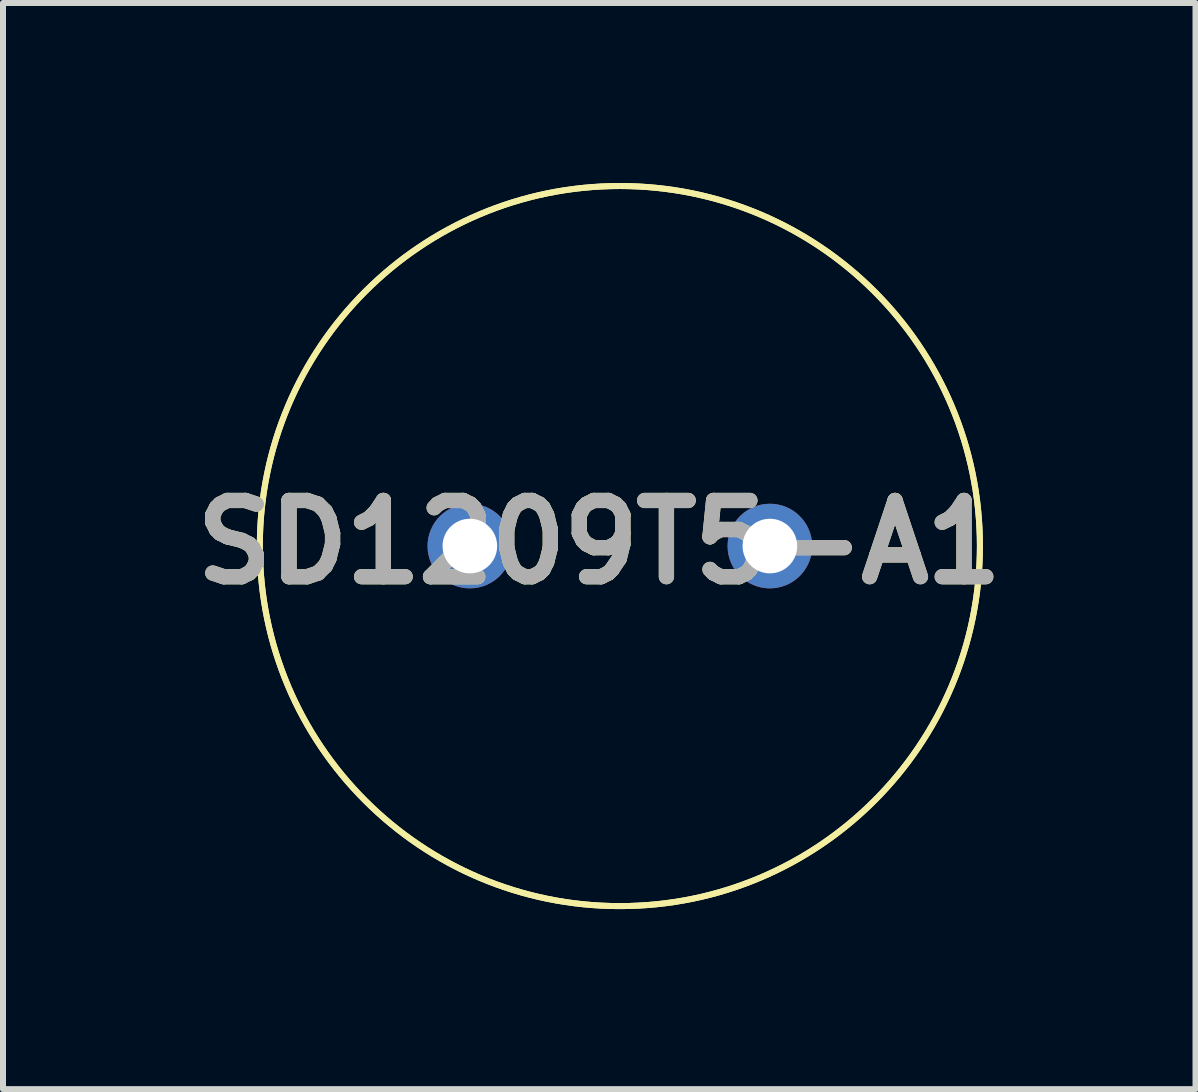
<source format=kicad_pcb>
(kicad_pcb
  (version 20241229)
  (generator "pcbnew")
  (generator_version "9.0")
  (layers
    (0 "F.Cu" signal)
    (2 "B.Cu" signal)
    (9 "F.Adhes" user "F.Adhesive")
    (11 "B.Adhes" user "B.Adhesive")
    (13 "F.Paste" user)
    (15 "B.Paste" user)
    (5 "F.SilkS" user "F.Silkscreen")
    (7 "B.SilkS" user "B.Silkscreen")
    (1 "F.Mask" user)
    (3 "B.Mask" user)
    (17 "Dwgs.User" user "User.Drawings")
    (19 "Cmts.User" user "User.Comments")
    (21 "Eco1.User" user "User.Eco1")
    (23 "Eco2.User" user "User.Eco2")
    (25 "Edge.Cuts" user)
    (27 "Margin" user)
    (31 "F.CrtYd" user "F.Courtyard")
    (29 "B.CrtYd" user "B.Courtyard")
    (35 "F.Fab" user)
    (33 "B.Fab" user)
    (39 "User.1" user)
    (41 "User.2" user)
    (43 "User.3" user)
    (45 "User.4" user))
  (footprint "SD1209T5-A1"
    (layer "F.Cu")
    (at 7.28 6.05)
    (property "Reference" "SD1209T5-A1" (at -0.343 -0.064 0) (layer "F.SilkS") (effects (font (size 1.27 1.27) (thickness 0.254))))
    (attr through_hole)
    (fp_circle (center 0 0) (end 0 6) (stroke (width 0.1) (type solid)) (fill no) (layer "F.SilkS"))
    (fp_circle (center 0 0) (end 0 6) (stroke (width 0.1) (type solid)) (fill no) (layer "F.SilkS"))
    (fp_text user "${REFERENCE}" (at -0.343 -0.064 0) (layer "F.Fab") (effects (font (size 1.27 1.27) (thickness 0.254))))
    (pad "1" thru_hole circle (at -2.5 0) (size 1.41 1.41) (drill 0.91) (layers "*.Cu" "*.Mask"))
    (pad "2" thru_hole circle (at 2.5 0) (size 1.41 1.41) (drill 0.91) (layers "*.Cu" "*.Mask")))
  (gr_rect
    (start -3 -3)
    (end 16.873 15.1)
    (stroke (width 0.1) (type default))
    (fill no)
    (layer "Edge.Cuts")))
</source>
